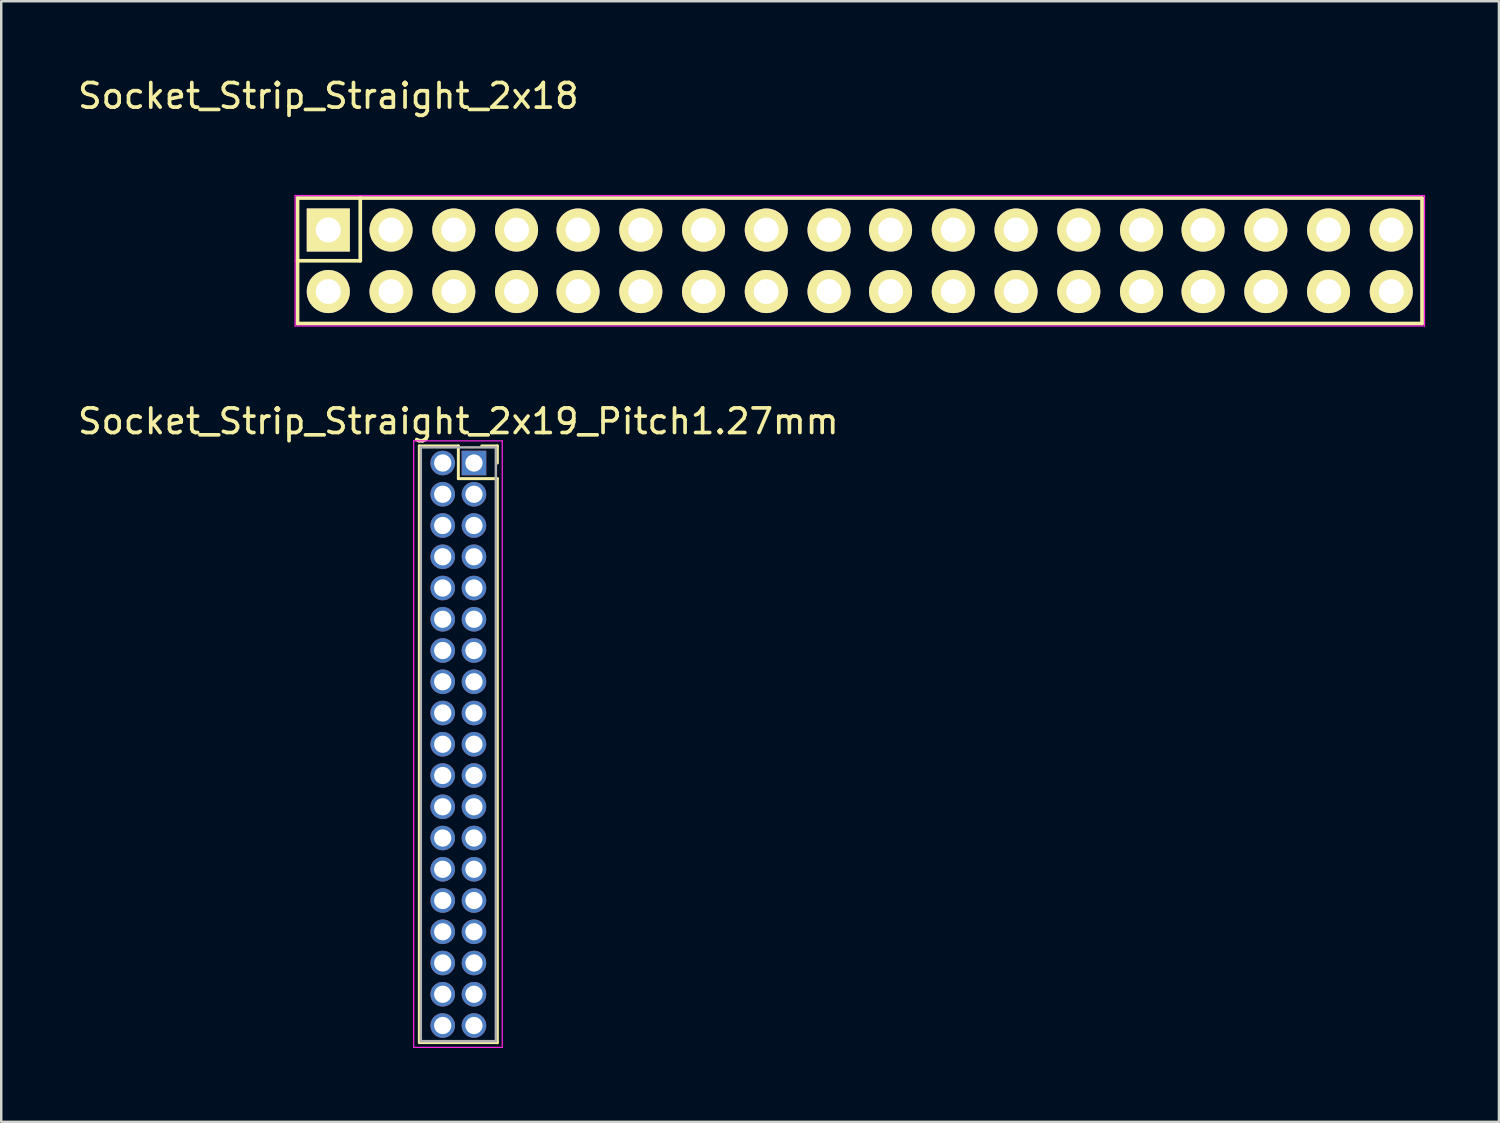
<source format=kicad_pcb>
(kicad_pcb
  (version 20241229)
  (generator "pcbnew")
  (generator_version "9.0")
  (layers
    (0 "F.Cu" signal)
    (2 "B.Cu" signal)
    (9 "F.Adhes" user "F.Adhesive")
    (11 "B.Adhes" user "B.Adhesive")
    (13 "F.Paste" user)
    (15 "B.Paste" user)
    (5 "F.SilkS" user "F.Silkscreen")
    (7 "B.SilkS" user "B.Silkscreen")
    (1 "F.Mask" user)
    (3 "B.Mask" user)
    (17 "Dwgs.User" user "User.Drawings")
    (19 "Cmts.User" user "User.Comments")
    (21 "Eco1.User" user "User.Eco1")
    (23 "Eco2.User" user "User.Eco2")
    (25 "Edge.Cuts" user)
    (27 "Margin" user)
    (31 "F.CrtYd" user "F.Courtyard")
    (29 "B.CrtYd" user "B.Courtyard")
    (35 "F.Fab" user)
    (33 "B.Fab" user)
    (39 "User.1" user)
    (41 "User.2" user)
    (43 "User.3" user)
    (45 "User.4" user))
  (footprint "Socket_Strip_Straight_2x19_Pitch1.27mm"
    (layer "F.Cu")
    (at 16.212 15.767)
    (property "Reference" "Socket_Strip_Straight_2x19_Pitch1.27mm" (at -0.635 -1.695 0) (layer "F.SilkS") (effects (font (size 1 1) (thickness 0.15))))
    (attr through_hole)
    (fp_line (start -2.22 -0.695) (end -0.635 -0.695) (stroke (width 0.12) (type solid)) (layer "F.SilkS"))
    (fp_line (start -2.22 23.555) (end -2.22 -0.695) (stroke (width 0.12) (type solid)) (layer "F.SilkS"))
    (fp_line (start -0.635 -0.695) (end -0.635 0.635) (stroke (width 0.12) (type solid)) (layer "F.SilkS"))
    (fp_line (start -0.635 0.635) (end 0.95 0.635) (stroke (width 0.12) (type solid)) (layer "F.SilkS"))
    (fp_line (start 0.95 -0.695) (end 0.315 -0.695) (stroke (width 0.12) (type solid)) (layer "F.SilkS"))
    (fp_line (start 0.95 0) (end 0.95 -0.695) (stroke (width 0.12) (type solid)) (layer "F.SilkS"))
    (fp_line (start 0.95 0.635) (end 0.95 23.555) (stroke (width 0.12) (type solid)) (layer "F.SilkS"))
    (fp_line (start 0.95 23.555) (end -2.22 23.555) (stroke (width 0.12) (type solid)) (layer "F.SilkS"))
    (fp_line (start -2.45 -0.9) (end -2.45 23.75) (stroke (width 0.05) (type solid)) (layer "F.CrtYd"))
    (fp_line (start -2.45 23.75) (end 1.15 23.75) (stroke (width 0.05) (type solid)) (layer "F.CrtYd"))
    (fp_line (start 1.15 -0.9) (end -2.45 -0.9) (stroke (width 0.05) (type solid)) (layer "F.CrtYd"))
    (fp_line (start 1.15 23.75) (end 1.15 -0.9) (stroke (width 0.05) (type solid)) (layer "F.CrtYd"))
    (fp_line (start -2.16 -0.635) (end -2.16 23.495) (stroke (width 0.1) (type solid)) (layer "F.Fab"))
    (fp_line (start -2.16 23.495) (end 0.89 23.495) (stroke (width 0.1) (type solid)) (layer "F.Fab"))
    (fp_line (start 0.89 -0.635) (end -2.16 -0.635) (stroke (width 0.1) (type solid)) (layer "F.Fab"))
    (fp_line (start 0.89 23.495) (end 0.89 -0.635) (stroke (width 0.1) (type solid)) (layer "F.Fab"))
    (pad "1" thru_hole rect (at 0 0) (size 1 1) (drill 0.7) (layers "*.Cu" "*.Mask"))
    (pad "2" thru_hole oval (at -1.27 0) (size 1 1) (drill 0.7) (layers "*.Cu" "*.Mask"))
    (pad "3" thru_hole oval (at 0 1.27) (size 1 1) (drill 0.7) (layers "*.Cu" "*.Mask"))
    (pad "4" thru_hole oval (at -1.27 1.27) (size 1 1) (drill 0.7) (layers "*.Cu" "*.Mask"))
    (pad "5" thru_hole oval (at 0 2.54) (size 1 1) (drill 0.7) (layers "*.Cu" "*.Mask"))
    (pad "6" thru_hole oval (at -1.27 2.54) (size 1 1) (drill 0.7) (layers "*.Cu" "*.Mask"))
    (pad "7" thru_hole oval (at 0 3.81) (size 1 1) (drill 0.7) (layers "*.Cu" "*.Mask"))
    (pad "8" thru_hole oval (at -1.27 3.81) (size 1 1) (drill 0.7) (layers "*.Cu" "*.Mask"))
    (pad "9" thru_hole oval (at 0 5.08) (size 1 1) (drill 0.7) (layers "*.Cu" "*.Mask"))
    (pad "10" thru_hole oval (at -1.27 5.08) (size 1 1) (drill 0.7) (layers "*.Cu" "*.Mask"))
    (pad "11" thru_hole oval (at 0 6.35) (size 1 1) (drill 0.7) (layers "*.Cu" "*.Mask"))
    (pad "12" thru_hole oval (at -1.27 6.35) (size 1 1) (drill 0.7) (layers "*.Cu" "*.Mask"))
    (pad "13" thru_hole oval (at 0 7.62) (size 1 1) (drill 0.7) (layers "*.Cu" "*.Mask"))
    (pad "14" thru_hole oval (at -1.27 7.62) (size 1 1) (drill 0.7) (layers "*.Cu" "*.Mask"))
    (pad "15" thru_hole oval (at 0 8.89) (size 1 1) (drill 0.7) (layers "*.Cu" "*.Mask"))
    (pad "16" thru_hole oval (at -1.27 8.89) (size 1 1) (drill 0.7) (layers "*.Cu" "*.Mask"))
    (pad "17" thru_hole oval (at 0 10.16) (size 1 1) (drill 0.7) (layers "*.Cu" "*.Mask"))
    (pad "18" thru_hole oval (at -1.27 10.16) (size 1 1) (drill 0.7) (layers "*.Cu" "*.Mask"))
    (pad "19" thru_hole oval (at 0 11.43) (size 1 1) (drill 0.7) (layers "*.Cu" "*.Mask"))
    (pad "20" thru_hole oval (at -1.27 11.43) (size 1 1) (drill 0.7) (layers "*.Cu" "*.Mask"))
    (pad "21" thru_hole oval (at 0 12.7) (size 1 1) (drill 0.7) (layers "*.Cu" "*.Mask"))
    (pad "22" thru_hole oval (at -1.27 12.7) (size 1 1) (drill 0.7) (layers "*.Cu" "*.Mask"))
    (pad "23" thru_hole oval (at 0 13.97) (size 1 1) (drill 0.7) (layers "*.Cu" "*.Mask"))
    (pad "24" thru_hole oval (at -1.27 13.97) (size 1 1) (drill 0.7) (layers "*.Cu" "*.Mask"))
    (pad "25" thru_hole oval (at 0 15.24) (size 1 1) (drill 0.7) (layers "*.Cu" "*.Mask"))
    (pad "26" thru_hole oval (at -1.27 15.24) (size 1 1) (drill 0.7) (layers "*.Cu" "*.Mask"))
    (pad "27" thru_hole oval (at 0 16.51) (size 1 1) (drill 0.7) (layers "*.Cu" "*.Mask"))
    (pad "28" thru_hole oval (at -1.27 16.51) (size 1 1) (drill 0.7) (layers "*.Cu" "*.Mask"))
    (pad "29" thru_hole oval (at 0 17.78) (size 1 1) (drill 0.7) (layers "*.Cu" "*.Mask"))
    (pad "30" thru_hole oval (at -1.27 17.78) (size 1 1) (drill 0.7) (layers "*.Cu" "*.Mask"))
    (pad "31" thru_hole oval (at 0 19.05) (size 1 1) (drill 0.7) (layers "*.Cu" "*.Mask"))
    (pad "32" thru_hole oval (at -1.27 19.05) (size 1 1) (drill 0.7) (layers "*.Cu" "*.Mask"))
    (pad "33" thru_hole oval (at 0 20.32) (size 1 1) (drill 0.7) (layers "*.Cu" "*.Mask"))
    (pad "34" thru_hole oval (at -1.27 20.32) (size 1 1) (drill 0.7) (layers "*.Cu" "*.Mask"))
    (pad "35" thru_hole oval (at 0 21.59) (size 1 1) (drill 0.7) (layers "*.Cu" "*.Mask"))
    (pad "36" thru_hole oval (at -1.27 21.59) (size 1 1) (drill 0.7) (layers "*.Cu" "*.Mask"))
    (pad "37" thru_hole oval (at 0 22.86) (size 1 1) (drill 0.7) (layers "*.Cu" "*.Mask"))
    (pad "38" thru_hole oval (at -1.27 22.86) (size 1 1) (drill 0.7) (layers "*.Cu" "*.Mask")))
  (footprint "Socket_Strip_Straight_2x18"
    (layer "F.Cu")
    (at 10.292 6.298)
    (property "Reference" "Socket_Strip_Straight_2x18" (at 0 -5.45 0) (layer "F.SilkS") (effects (font (size 1 1) (thickness 0.15))))
    (attr through_hole)
    (fp_line (start -1.25 -1.3) (end -1.25 1.25) (stroke (width 0.15) (type solid)) (layer "F.SilkS"))
    (fp_line (start -1.25 -1.3) (end 1.3 -1.3) (stroke (width 0.15) (type solid)) (layer "F.SilkS"))
    (fp_line (start -1.25 1.25) (end 1.3 1.25) (stroke (width 0.15) (type solid)) (layer "F.SilkS"))
    (fp_line (start -1.25 3.8) (end -1.25 1.25) (stroke (width 0.15) (type solid)) (layer "F.SilkS"))
    (fp_line (start -1.25 3.8) (end 44.45 3.8) (stroke (width 0.15) (type solid)) (layer "F.SilkS"))
    (fp_line (start 1.3 1.25) (end 1.3 -1.3) (stroke (width 0.15) (type solid)) (layer "F.SilkS"))
    (fp_line (start 44.45 -1.3) (end 1.3 -1.3) (stroke (width 0.15) (type solid)) (layer "F.SilkS"))
    (fp_line (start 44.45 3.8) (end 44.45 -1.3) (stroke (width 0.15) (type solid)) (layer "F.SilkS"))
    (fp_line (start -1.35 -1.4) (end -1.35 3.9) (stroke (width 0.05) (type solid)) (layer "F.CrtYd"))
    (fp_line (start -1.35 -1.4) (end 44.55 -1.4) (stroke (width 0.05) (type solid)) (layer "F.CrtYd"))
    (fp_line (start -1.35 3.9) (end 44.55 3.9) (stroke (width 0.05) (type solid)) (layer "F.CrtYd"))
    (fp_line (start 44.55 -1.4) (end 44.55 3.9) (stroke (width 0.05) (type solid)) (layer "F.CrtYd"))
    (pad "1" thru_hole rect (at 0 0) (size 1.75 1.75) (drill 1.016) (layers "*.Cu" "*.Mask" "F.SilkS"))
    (pad "2" thru_hole oval (at 0 2.5) (size 1.75 1.75) (drill 1.016) (layers "*.Cu" "*.Mask" "F.SilkS"))
    (pad "3" thru_hole oval (at 2.55 0) (size 1.75 1.75) (drill 1.016) (layers "*.Cu" "*.Mask" "F.SilkS"))
    (pad "4" thru_hole oval (at 2.55 2.5) (size 1.75 1.75) (drill 1.016) (layers "*.Cu" "*.Mask" "F.SilkS"))
    (pad "5" thru_hole oval (at 5.1 0) (size 1.75 1.75) (drill 1.016) (layers "*.Cu" "*.Mask" "F.SilkS"))
    (pad "6" thru_hole oval (at 5.1 2.5) (size 1.75 1.75) (drill 1.016) (layers "*.Cu" "*.Mask" "F.SilkS"))
    (pad "7" thru_hole oval (at 7.65 0) (size 1.75 1.75) (drill 1.016) (layers "*.Cu" "*.Mask" "F.SilkS"))
    (pad "8" thru_hole oval (at 7.65 2.5) (size 1.75 1.75) (drill 1.016) (layers "*.Cu" "*.Mask" "F.SilkS"))
    (pad "9" thru_hole oval (at 10.15 0) (size 1.75 1.75) (drill 1.016) (layers "*.Cu" "*.Mask" "F.SilkS"))
    (pad "10" thru_hole oval (at 10.15 2.5) (size 1.75 1.75) (drill 1.016) (layers "*.Cu" "*.Mask" "F.SilkS"))
    (pad "11" thru_hole oval (at 12.7 0) (size 1.75 1.75) (drill 1.016) (layers "*.Cu" "*.Mask" "F.SilkS"))
    (pad "12" thru_hole oval (at 12.7 2.5) (size 1.75 1.75) (drill 1.016) (layers "*.Cu" "*.Mask" "F.SilkS"))
    (pad "13" thru_hole oval (at 15.25 0) (size 1.75 1.75) (drill 1.016) (layers "*.Cu" "*.Mask" "F.SilkS"))
    (pad "14" thru_hole oval (at 15.25 2.5) (size 1.75 1.75) (drill 1.016) (layers "*.Cu" "*.Mask" "F.SilkS"))
    (pad "15" thru_hole oval (at 17.8 0) (size 1.75 1.75) (drill 1.016) (layers "*.Cu" "*.Mask" "F.SilkS"))
    (pad "16" thru_hole oval (at 17.8 2.5) (size 1.75 1.75) (drill 1.016) (layers "*.Cu" "*.Mask" "F.SilkS"))
    (pad "17" thru_hole oval (at 20.35 0) (size 1.75 1.75) (drill 1.016) (layers "*.Cu" "*.Mask" "F.SilkS"))
    (pad "18" thru_hole oval (at 20.35 2.5) (size 1.75 1.75) (drill 1.016) (layers "*.Cu" "*.Mask" "F.SilkS"))
    (pad "19" thru_hole oval (at 22.85 0) (size 1.75 1.75) (drill 1.016) (layers "*.Cu" "*.Mask" "F.SilkS"))
    (pad "20" thru_hole oval (at 22.85 2.5) (size 1.75 1.75) (drill 1.016) (layers "*.Cu" "*.Mask" "F.SilkS"))
    (pad "21" thru_hole oval (at 25.4 0) (size 1.75 1.75) (drill 1.016) (layers "*.Cu" "*.Mask" "F.SilkS"))
    (pad "22" thru_hole oval (at 25.4 2.5) (size 1.75 1.75) (drill 1.016) (layers "*.Cu" "*.Mask" "F.SilkS"))
    (pad "23" thru_hole oval (at 27.95 0) (size 1.75 1.75) (drill 1.016) (layers "*.Cu" "*.Mask" "F.SilkS"))
    (pad "24" thru_hole oval (at 27.95 2.5) (size 1.75 1.75) (drill 1.016) (layers "*.Cu" "*.Mask" "F.SilkS"))
    (pad "25" thru_hole oval (at 30.5 0) (size 1.75 1.75) (drill 1.016) (layers "*.Cu" "*.Mask" "F.SilkS"))
    (pad "26" thru_hole oval (at 30.5 2.5) (size 1.75 1.75) (drill 1.016) (layers "*.Cu" "*.Mask" "F.SilkS"))
    (pad "27" thru_hole oval (at 33.05 0) (size 1.75 1.75) (drill 1.016) (layers "*.Cu" "*.Mask" "F.SilkS"))
    (pad "28" thru_hole oval (at 33.05 2.5) (size 1.75 1.75) (drill 1.016) (layers "*.Cu" "*.Mask" "F.SilkS"))
    (pad "29" thru_hole oval (at 35.55 0) (size 1.75 1.75) (drill 1.016) (layers "*.Cu" "*.Mask" "F.SilkS"))
    (pad "30" thru_hole oval (at 35.55 2.5) (size 1.75 1.75) (drill 1.016) (layers "*.Cu" "*.Mask" "F.SilkS"))
    (pad "31" thru_hole oval (at 38.1 0) (size 1.75 1.75) (drill 1.016) (layers "*.Cu" "*.Mask" "F.SilkS"))
    (pad "32" thru_hole oval (at 38.1 2.5) (size 1.75 1.75) (drill 1.016) (layers "*.Cu" "*.Mask" "F.SilkS"))
    (pad "33" thru_hole oval (at 40.65 0) (size 1.75 1.75) (drill 1.016) (layers "*.Cu" "*.Mask" "F.SilkS"))
    (pad "34" thru_hole oval (at 40.65 2.5) (size 1.75 1.75) (drill 1.016) (layers "*.Cu" "*.Mask" "F.SilkS"))
    (pad "35" thru_hole oval (at 43.2 0) (size 1.75 1.75) (drill 1.016) (layers "*.Cu" "*.Mask" "F.SilkS"))
    (pad "36" thru_hole oval (at 43.2 2.5) (size 1.75 1.75) (drill 1.016) (layers "*.Cu" "*.Mask" "F.SilkS")))
  (gr_rect
    (start -3 -3)
    (end 57.867 42.541)
    (stroke (width 0.1) (type default))
    (fill no)
    (layer "Edge.Cuts")))
</source>
